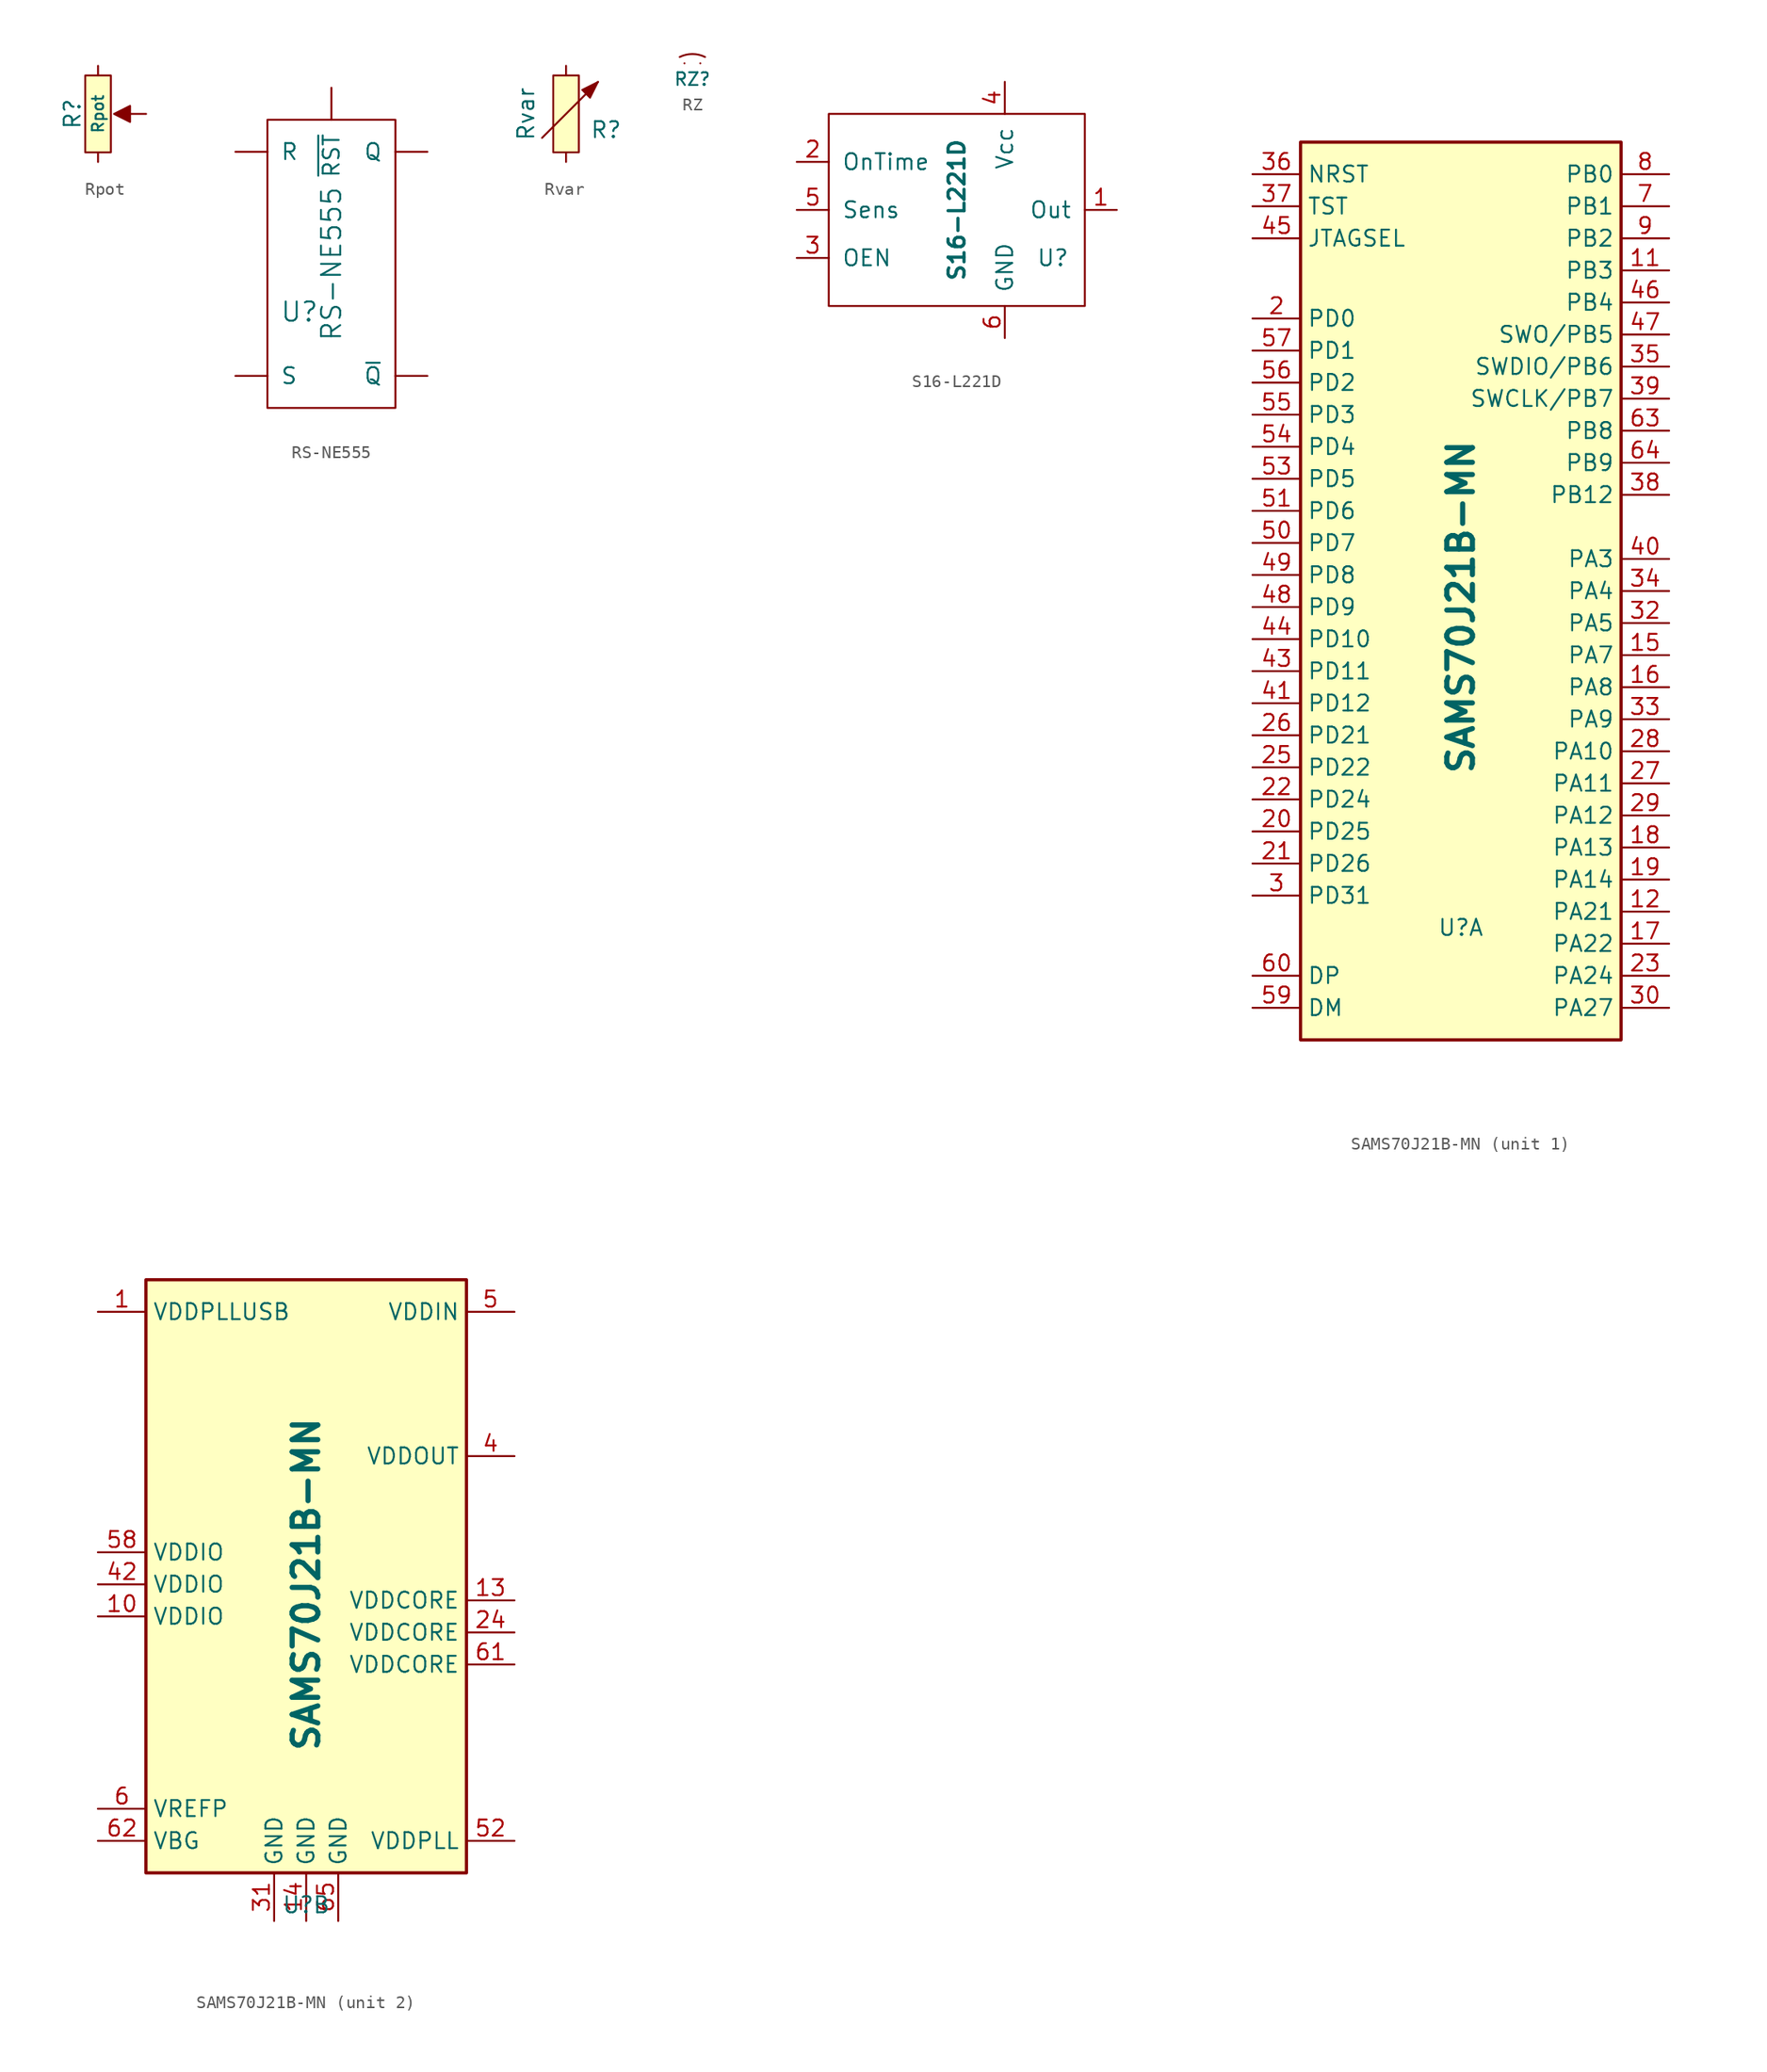
<source format=kicad_sym>
(kicad_symbol_lib
  (version 20231120)
  (generator "kicad_symbol_editor")
  (generator_version "8.0")
  (symbol "Rpot"
    (pin_numbers hide)
    (pin_names
      (offset 0))
    (property "Reference" "R"
      (at -2.032 0 90)
      (effects (font (size 1.27 1.27))))
    (property "Value" "Rpot"
      (at 0 0 90)
      (effects (font (size 0.889 0.889))))
    (property "Footprint" ""
      (at 0 0 0)
      (effects (font (size 1.524 1.524))))
    (property "Datasheet" ""
      (at 0 0 0)
      (effects (font (size 1.524 1.524))))
    (symbol "Rpot_0_1"
      (rectangle (start -1.016 3.048) (end 1.016 -3.048) (stroke (width 0) (type default)) (fill (type background)))
      (polyline (pts (xy 1.27 0) (xy 2.54 0.635) (xy 2.54 -0.635) (xy 1.27 0) (xy 1.27 0) (xy 1.27 0)) (stroke (width 0) (type default)) (fill (type outline))))
    (symbol "Rpot_1_1"
      (pin passive line (at 0 3.81 270) (length 0.762) (name "~" (effects (font (size 1.524 1.524)))) (number "1" (effects (font (size 1.524 1.524)))))
      (pin passive line (at 3.81 0 180) (length 1.27) (name "~" (effects (font (size 1.016 1.016)))) (number "2" (effects (font (size 1.016 1.016)))))
      (pin passive line (at 0 -3.81 90) (length 0.762) (name "~" (effects (font (size 1.524 1.524)))) (number "3" (effects (font (size 1.524 1.524)))))))
  (symbol "RS-NE555"
    (pin_names
      (offset 1.016))
    (property "Reference" "U"
      (at -2.54 -3.81 0)
      (effects (font (size 1.524 1.524))))
    (property "Value" "RS-NE555"
      (at 0 0 90)
      (effects (font (size 1.524 1.524))))
    (property "Footprint" ""
      (at 0 0 0)
      (effects (font (size 1.524 1.524))))
    (property "Datasheet" ""
      (at 0 0 0)
      (effects (font (size 1.524 1.524))))
    (symbol "RS-NE555_0_1"
      (rectangle (start -5.08 11.43) (end 5.08 -11.43) (stroke (width 0) (type default)) (fill (type none))))
    (symbol "RS-NE555_1_1"
      (pin input line (at 7.62 8.89 180) (length 2.54) (name "Q" (effects (font (size 1.27 1.27)))) (number "~" (effects (font (size 1.27 1.27)))))
      (pin input line (at -7.62 8.89 0) (length 2.54) (name "R" (effects (font (size 1.27 1.27)))) (number "~" (effects (font (size 1.27 1.27)))))
      (pin input line (at -7.62 -8.89 0) (length 2.54) (name "S" (effects (font (size 1.27 1.27)))) (number "~" (effects (font (size 1.27 1.27)))))
      (pin input line (at 7.62 -8.89 180) (length 2.54) (name "~{Q}" (effects (font (size 1.27 1.27)))) (number "~" (effects (font (size 1.27 1.27)))))
      (pin input line (at 0 13.97 270) (length 2.54) (name "~{RST}" (effects (font (size 1.27 1.27)))) (number "~" (effects (font (size 1.27 1.27)))))))
  (symbol "Rvar"
    (pin_numbers hide)
    (pin_names
      (offset 0))
    (property "Reference" "R"
      (at 3.175 -1.27 0)
      (effects (font (size 1.27 1.27))))
    (property "Value" "Rvar"
      (at -3.175 0 90)
      (effects (font (size 1.27 1.27))))
    (property "Footprint" ""
      (at 0 0 0)
      (effects (font (size 1.524 1.524))))
    (property "Datasheet" ""
      (at 0 0 0)
      (effects (font (size 1.524 1.524))))
    (symbol "Rvar_0_1"
      (rectangle (start -1.016 3.048) (end 1.016 -3.048) (stroke (width 0) (type default)) (fill (type background)))
      (polyline (pts (xy -1.905 -1.905) (xy 2.54 2.54) (xy 2.54 2.54)) (stroke (width 0) (type default)) (fill (type none)))
      (polyline (pts (xy 2.54 2.54) (xy 1.27 1.905) (xy 1.905 1.27) (xy 2.54 2.54) (xy 2.54 2.54)) (stroke (width 0.127) (type default)) (fill (type outline))))
    (symbol "Rvar_1_1"
      (pin passive line (at 0 3.81 270) (length 0.762) (name "~" (effects (font (size 1.524 1.524)))) (number "1" (effects (font (size 1.524 1.524)))))
      (pin passive line (at 0 -3.81 90) (length 0.762) (name "~" (effects (font (size 1.524 1.524)))) (number "2" (effects (font (size 1.524 1.524)))))))
  (symbol "RZ"
    (pin_numbers hide)
    (pin_names
      (offset 0) hide)
    (property "Reference" "RZ"
      (at -0.635 -1.27 0)
      (effects (font (size 1.016 1.016))))
    (property "Footprint" ""
      (at 0 0 0)
      (effects (font (size 1.524 1.524))))
    (property "Datasheet" ""
      (at 0 0 0)
      (effects (font (size 1.524 1.524))))
    (symbol "RZ_0_1"
      (arc (start 0.381 0.508) (mid -0.635 0.7478) (end -1.651 0.508) (stroke (width 0) (type default)) (fill (type none))))
    (symbol "RZ_1_1"
      (pin passive line (at 0 0 0) (length 0) (name "~" (effects (font (size 1.27 1.27)))) (number "1" (effects (font (size 1.27 1.27)))))
      (pin passive line (at -1.27 0 180) (length 0) (name "~" (effects (font (size 1.27 1.27)))) (number "2" (effects (font (size 1.27 1.27)))))))
  (symbol "S16-L221D"
    (pin_names
      (offset 1.016))
    (property "Reference" "U"
      (at 7.62 -3.81 0)
      (effects (font (size 1.27 1.27))))
    (property "Value" "S16-L221D"
      (at 0 0 90)
      (effects (font (size 1.27 1.27) (bold yes))))
    (symbol "S16-L221D_0_1"
      (rectangle (start -10.16 7.62) (end 10.16 -7.62) (stroke (width 0) (type default)) (fill (type none))))
    (symbol "S16-L221D_1_1"
      (pin passive line (at 12.7 0 180) (length 2.54) (name "Out" (effects (font (size 1.27 1.27)))) (number "1" (effects (font (size 1.27 1.27)))))
      (pin passive line (at -12.7 3.81 0) (length 2.54) (name "OnTime" (effects (font (size 1.27 1.27)))) (number "2" (effects (font (size 1.27 1.27)))))
      (pin passive line (at -12.7 -3.81 0) (length 2.54) (name "OEN" (effects (font (size 1.27 1.27)))) (number "3" (effects (font (size 1.27 1.27)))))
      (pin passive line (at 3.81 10.16 270) (length 2.54) (name "Vcc" (effects (font (size 1.27 1.27)))) (number "4" (effects (font (size 1.27 1.27)))))
      (pin passive line (at -12.7 0 0) (length 2.54) (name "Sens" (effects (font (size 1.27 1.27)))) (number "5" (effects (font (size 1.27 1.27)))))
      (pin passive line (at 3.81 -10.16 90) (length 2.54) (name "GND" (effects (font (size 1.27 1.27)))) (number "6" (effects (font (size 1.27 1.27)))))))
  (symbol "SAMS70J21B-MN"
    (property "Reference" "U"
      (at 0 -25.4 0)
      (effects (font (size 1.27 1.27))))
    (property "Value" "SAMS70J21B-MN"
      (at 0 0 90)
      (effects (font (size 2.032 2.032) (bold yes))))
    (symbol "SAMS70J21B-MN_1_1"
      (rectangle (start -12.7 36.83) (end 12.7 -34.29) (stroke (width 0.254) (type default)) (fill (type background)))
      (pin passive line (at 16.51 26.67 180) (length 3.81) (name "PB3" (effects (font (size 1.27 1.27)))) (number "11" (effects (font (size 1.27 1.27)))))
      (pin passive line (at 16.51 -24.13 180) (length 3.81) (name "PA21" (effects (font (size 1.27 1.27)))) (number "12" (effects (font (size 1.27 1.27)))))
      (pin passive line (at 16.51 -3.81 180) (length 3.81) (name "PA7" (effects (font (size 1.27 1.27)))) (number "15" (effects (font (size 1.27 1.27)))))
      (pin passive line (at 16.51 -6.35 180) (length 3.81) (name "PA8" (effects (font (size 1.27 1.27)))) (number "16" (effects (font (size 1.27 1.27)))))
      (pin passive line (at 16.51 -26.67 180) (length 3.81) (name "PA22" (effects (font (size 1.27 1.27)))) (number "17" (effects (font (size 1.27 1.27)))))
      (pin passive line (at 16.51 -19.05 180) (length 3.81) (name "PA13" (effects (font (size 1.27 1.27)))) (number "18" (effects (font (size 1.27 1.27)))))
      (pin passive line (at 16.51 -21.59 180) (length 3.81) (name "PA14" (effects (font (size 1.27 1.27)))) (number "19" (effects (font (size 1.27 1.27)))))
      (pin passive line (at -16.51 22.86 0) (length 3.81) (name "PD0" (effects (font (size 1.27 1.27)))) (number "2" (effects (font (size 1.27 1.27)))))
      (pin passive line (at -16.51 -17.78 0) (length 3.81) (name "PD25" (effects (font (size 1.27 1.27)))) (number "20" (effects (font (size 1.27 1.27)))))
      (pin passive line (at -16.51 -20.32 0) (length 3.81) (name "PD26" (effects (font (size 1.27 1.27)))) (number "21" (effects (font (size 1.27 1.27)))))
      (pin passive line (at -16.51 -15.24 0) (length 3.81) (name "PD24" (effects (font (size 1.27 1.27)))) (number "22" (effects (font (size 1.27 1.27)))))
      (pin passive line (at 16.51 -29.21 180) (length 3.81) (name "PA24" (effects (font (size 1.27 1.27)))) (number "23" (effects (font (size 1.27 1.27)))))
      (pin passive line (at -16.51 -12.7 0) (length 3.81) (name "PD22" (effects (font (size 1.27 1.27)))) (number "25" (effects (font (size 1.27 1.27)))))
      (pin passive line (at -16.51 -10.16 0) (length 3.81) (name "PD21" (effects (font (size 1.27 1.27)))) (number "26" (effects (font (size 1.27 1.27)))))
      (pin passive line (at 16.51 -13.97 180) (length 3.81) (name "PA11" (effects (font (size 1.27 1.27)))) (number "27" (effects (font (size 1.27 1.27)))))
      (pin passive line (at 16.51 -11.43 180) (length 3.81) (name "PA10" (effects (font (size 1.27 1.27)))) (number "28" (effects (font (size 1.27 1.27)))))
      (pin passive line (at 16.51 -16.51 180) (length 3.81) (name "PA12" (effects (font (size 1.27 1.27)))) (number "29" (effects (font (size 1.27 1.27)))))
      (pin passive line (at -16.51 -22.86 0) (length 3.81) (name "PD31" (effects (font (size 1.27 1.27)))) (number "3" (effects (font (size 1.27 1.27)))))
      (pin passive line (at 16.51 -31.75 180) (length 3.81) (name "PA27" (effects (font (size 1.27 1.27)))) (number "30" (effects (font (size 1.27 1.27)))))
      (pin passive line (at 16.51 -1.27 180) (length 3.81) (name "PA5" (effects (font (size 1.27 1.27)))) (number "32" (effects (font (size 1.27 1.27)))))
      (pin passive line (at 16.51 -8.89 180) (length 3.81) (name "PA9" (effects (font (size 1.27 1.27)))) (number "33" (effects (font (size 1.27 1.27)))))
      (pin passive line (at 16.51 1.27 180) (length 3.81) (name "PA4" (effects (font (size 1.27 1.27)))) (number "34" (effects (font (size 1.27 1.27)))))
      (pin passive line (at 16.51 19.05 180) (length 3.81) (name "SWDIO/PB6" (effects (font (size 1.27 1.27)))) (number "35" (effects (font (size 1.27 1.27)))))
      (pin passive line (at -16.51 34.29 0) (length 3.81) (name "NRST" (effects (font (size 1.27 1.27)))) (number "36" (effects (font (size 1.27 1.27)))))
      (pin passive line (at -16.51 31.75 0) (length 3.81) (name "TST" (effects (font (size 1.27 1.27)))) (number "37" (effects (font (size 1.27 1.27)))))
      (pin passive line (at 16.51 8.89 180) (length 3.81) (name "PB12" (effects (font (size 1.27 1.27)))) (number "38" (effects (font (size 1.27 1.27)))))
      (pin passive line (at 16.51 16.51 180) (length 3.81) (name "SWCLK/PB7" (effects (font (size 1.27 1.27)))) (number "39" (effects (font (size 1.27 1.27)))))
      (pin passive line (at 16.51 3.81 180) (length 3.81) (name "PA3" (effects (font (size 1.27 1.27)))) (number "40" (effects (font (size 1.27 1.27)))))
      (pin passive line (at -16.51 -7.62 0) (length 3.81) (name "PD12" (effects (font (size 1.27 1.27)))) (number "41" (effects (font (size 1.27 1.27)))))
      (pin passive line (at -16.51 -5.08 0) (length 3.81) (name "PD11" (effects (font (size 1.27 1.27)))) (number "43" (effects (font (size 1.27 1.27)))))
      (pin passive line (at -16.51 -2.54 0) (length 3.81) (name "PD10" (effects (font (size 1.27 1.27)))) (number "44" (effects (font (size 1.27 1.27)))))
      (pin passive line (at -16.51 29.21 0) (length 3.81) (name "JTAGSEL" (effects (font (size 1.27 1.27)))) (number "45" (effects (font (size 1.27 1.27)))))
      (pin passive line (at 16.51 24.13 180) (length 3.81) (name "PB4" (effects (font (size 1.27 1.27)))) (number "46" (effects (font (size 1.27 1.27)))))
      (pin passive line (at 16.51 21.59 180) (length 3.81) (name "SWO/PB5" (effects (font (size 1.27 1.27)))) (number "47" (effects (font (size 1.27 1.27)))))
      (pin passive line (at -16.51 0 0) (length 3.81) (name "PD9" (effects (font (size 1.27 1.27)))) (number "48" (effects (font (size 1.27 1.27)))))
      (pin passive line (at -16.51 2.54 0) (length 3.81) (name "PD8" (effects (font (size 1.27 1.27)))) (number "49" (effects (font (size 1.27 1.27)))))
      (pin passive line (at -16.51 5.08 0) (length 3.81) (name "PD7" (effects (font (size 1.27 1.27)))) (number "50" (effects (font (size 1.27 1.27)))))
      (pin passive line (at -16.51 7.62 0) (length 3.81) (name "PD6" (effects (font (size 1.27 1.27)))) (number "51" (effects (font (size 1.27 1.27)))))
      (pin passive line (at -16.51 10.16 0) (length 3.81) (name "PD5" (effects (font (size 1.27 1.27)))) (number "53" (effects (font (size 1.27 1.27)))))
      (pin passive line (at -16.51 12.7 0) (length 3.81) (name "PD4" (effects (font (size 1.27 1.27)))) (number "54" (effects (font (size 1.27 1.27)))))
      (pin passive line (at -16.51 15.24 0) (length 3.81) (name "PD3" (effects (font (size 1.27 1.27)))) (number "55" (effects (font (size 1.27 1.27)))))
      (pin passive line (at -16.51 17.78 0) (length 3.81) (name "PD2" (effects (font (size 1.27 1.27)))) (number "56" (effects (font (size 1.27 1.27)))))
      (pin passive line (at -16.51 20.32 0) (length 3.81) (name "PD1" (effects (font (size 1.27 1.27)))) (number "57" (effects (font (size 1.27 1.27)))))
      (pin passive line (at -16.51 -31.75 0) (length 3.81) (name "DM" (effects (font (size 1.27 1.27)))) (number "59" (effects (font (size 1.27 1.27)))))
      (pin passive line (at -16.51 -29.21 0) (length 3.81) (name "DP" (effects (font (size 1.27 1.27)))) (number "60" (effects (font (size 1.27 1.27)))))
      (pin passive line (at 16.51 13.97 180) (length 3.81) (name "PB8" (effects (font (size 1.27 1.27)))) (number "63" (effects (font (size 1.27 1.27)))))
      (pin passive line (at 16.51 11.43 180) (length 3.81) (name "PB9" (effects (font (size 1.27 1.27)))) (number "64" (effects (font (size 1.27 1.27)))))
      (pin passive line (at 16.51 31.75 180) (length 3.81) (name "PB1" (effects (font (size 1.27 1.27)))) (number "7" (effects (font (size 1.27 1.27)))))
      (pin passive line (at 16.51 34.29 180) (length 3.81) (name "PB0" (effects (font (size 1.27 1.27)))) (number "8" (effects (font (size 1.27 1.27)))))
      (pin passive line (at 16.51 29.21 180) (length 3.81) (name "PB2" (effects (font (size 1.27 1.27)))) (number "9" (effects (font (size 1.27 1.27))))))
    (symbol "SAMS70J21B-MN_2_1"
      (rectangle (start -12.7 24.13) (end 12.7 -22.86) (stroke (width 0.254) (type default)) (fill (type background)))
      (pin passive line (at -16.51 21.59 0) (length 3.81) (name "VDDPLLUSB" (effects (font (size 1.27 1.27)))) (number "1" (effects (font (size 1.27 1.27)))))
      (pin passive line (at -16.51 -2.54 0) (length 3.81) (name "VDDIO" (effects (font (size 1.27 1.27)))) (number "10" (effects (font (size 1.27 1.27)))))
      (pin passive line (at 16.51 -1.27 180) (length 3.81) (name "VDDCORE" (effects (font (size 1.27 1.27)))) (number "13" (effects (font (size 1.27 1.27)))))
      (pin passive line (at 0 -26.67 90) (length 3.81) (name "GND" (effects (font (size 1.27 1.27)))) (number "14" (effects (font (size 1.27 1.27)))))
      (pin passive line (at 16.51 -3.81 180) (length 3.81) (name "VDDCORE" (effects (font (size 1.27 1.27)))) (number "24" (effects (font (size 1.27 1.27)))))
      (pin passive line (at -2.54 -26.67 90) (length 3.81) (name "GND" (effects (font (size 1.27 1.27)))) (number "31" (effects (font (size 1.27 1.27)))))
      (pin passive line (at 16.51 10.16 180) (length 3.81) (name "VDDOUT" (effects (font (size 1.27 1.27)))) (number "4" (effects (font (size 1.27 1.27)))))
      (pin passive line (at -16.51 0 0) (length 3.81) (name "VDDIO" (effects (font (size 1.27 1.27)))) (number "42" (effects (font (size 1.27 1.27)))))
      (pin passive line (at 16.51 21.59 180) (length 3.81) (name "VDDIN" (effects (font (size 1.27 1.27)))) (number "5" (effects (font (size 1.27 1.27)))))
      (pin passive line (at 16.51 -20.32 180) (length 3.81) (name "VDDPLL" (effects (font (size 1.27 1.27)))) (number "52" (effects (font (size 1.27 1.27)))))
      (pin passive line (at -16.51 2.54 0) (length 3.81) (name "VDDIO" (effects (font (size 1.27 1.27)))) (number "58" (effects (font (size 1.27 1.27)))))
      (pin passive line (at -16.51 -17.78 0) (length 3.81) (name "VREFP" (effects (font (size 1.27 1.27)))) (number "6" (effects (font (size 1.27 1.27)))))
      (pin passive line (at 16.51 -6.35 180) (length 3.81) (name "VDDCORE" (effects (font (size 1.27 1.27)))) (number "61" (effects (font (size 1.27 1.27)))))
      (pin passive line (at -16.51 -20.32 0) (length 3.81) (name "VBG" (effects (font (size 1.27 1.27)))) (number "62" (effects (font (size 1.27 1.27)))))
      (pin passive line (at 2.54 -26.67 90) (length 3.81) (name "GND" (effects (font (size 1.27 1.27)))) (number "65" (effects (font (size 1.27 1.27))))))))
</source>
